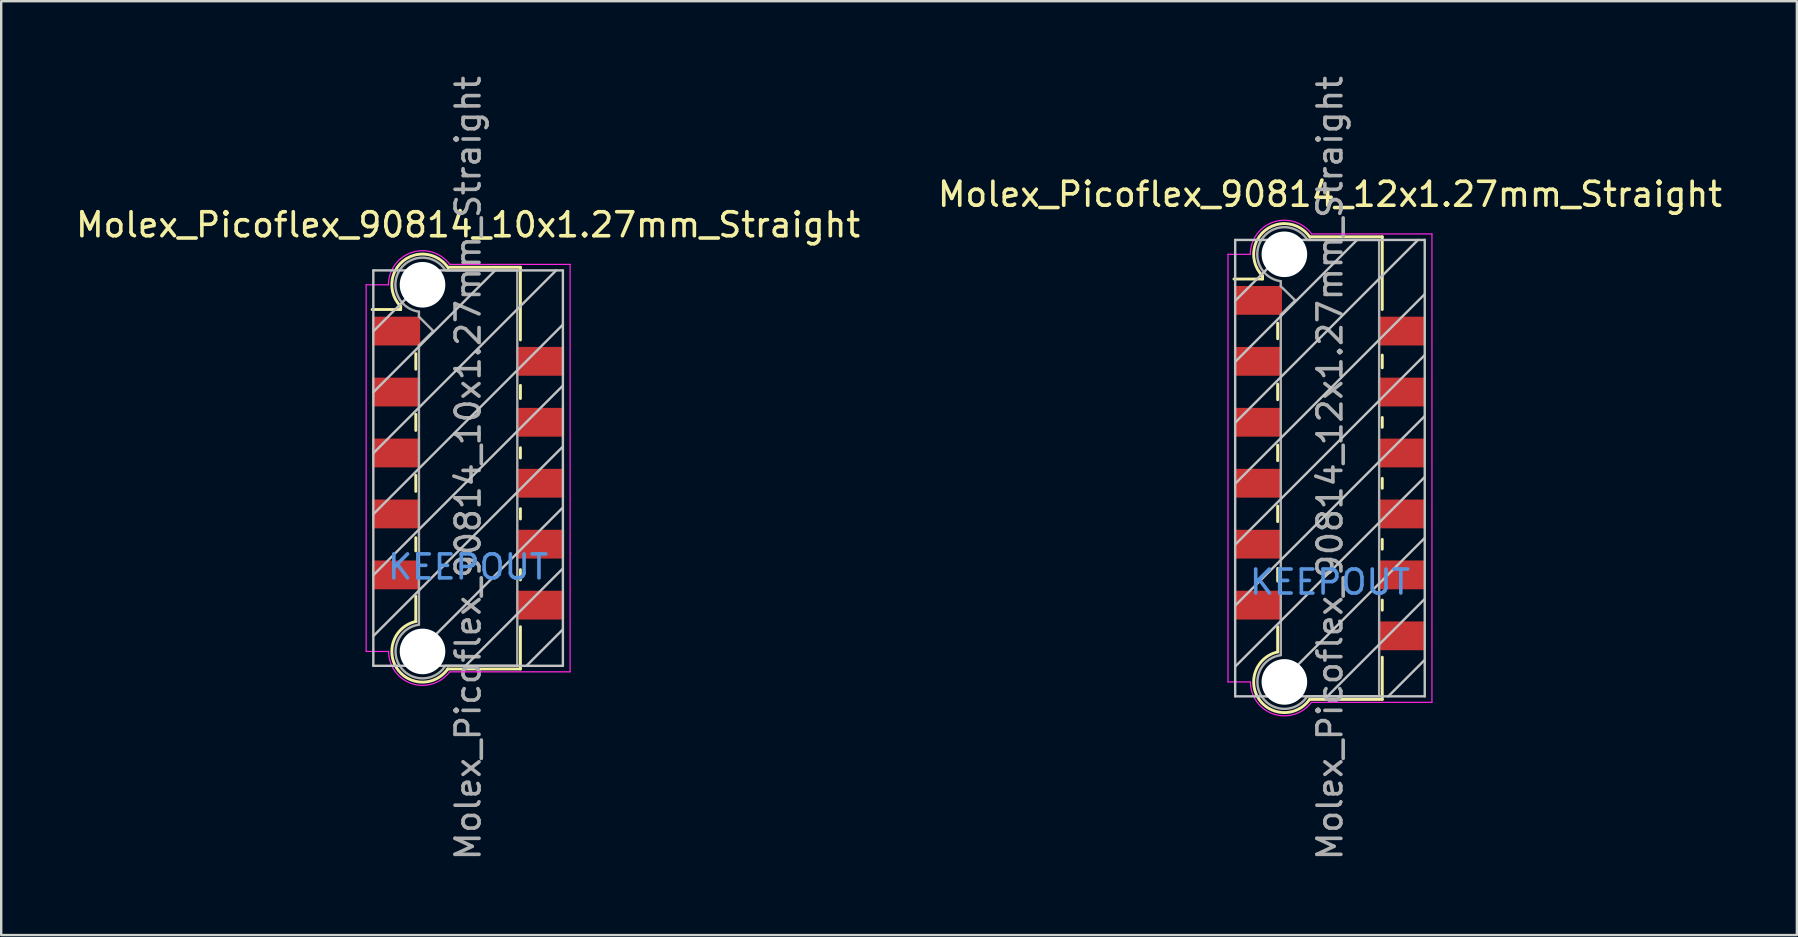
<source format=kicad_pcb>
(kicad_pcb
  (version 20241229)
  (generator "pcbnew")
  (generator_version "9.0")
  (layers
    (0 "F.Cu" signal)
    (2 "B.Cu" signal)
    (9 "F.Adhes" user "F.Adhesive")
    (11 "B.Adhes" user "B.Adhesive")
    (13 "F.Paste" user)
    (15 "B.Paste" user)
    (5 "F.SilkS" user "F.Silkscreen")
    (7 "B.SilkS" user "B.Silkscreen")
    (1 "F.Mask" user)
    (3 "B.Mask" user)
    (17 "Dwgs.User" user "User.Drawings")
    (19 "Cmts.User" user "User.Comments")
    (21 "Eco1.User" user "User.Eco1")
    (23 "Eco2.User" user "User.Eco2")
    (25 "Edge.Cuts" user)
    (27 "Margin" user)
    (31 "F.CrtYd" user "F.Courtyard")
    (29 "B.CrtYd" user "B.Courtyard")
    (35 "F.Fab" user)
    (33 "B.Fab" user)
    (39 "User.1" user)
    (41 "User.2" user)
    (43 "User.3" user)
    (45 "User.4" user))
  (footprint "Molex_Picoflex_90814_12x1.27mm_Straight"
    (layer "F.Cu")
    (at 52.375 16.458)
    (property "Reference" "Molex_Picoflex_90814_12x1.27mm_Straight" (at 0 -11.41 0) (layer "F.SilkS") (effects (font (size 1 1) (thickness 0.15))))
    (attr smd)
    (fp_line (start -2.81 -8.01) (end -2.81 -7.88) (stroke (width 0.12) (type solid)) (layer "F.SilkS"))
    (fp_line (start -2.81 -7.88) (end -4 -7.88) (stroke (width 0.12) (type solid)) (layer "F.SilkS"))
    (fp_line (start -2.18 -5.39) (end -2.18 -6.04) (stroke (width 0.12) (type solid)) (layer "F.SilkS"))
    (fp_line (start -2.18 -2.85) (end -2.18 -3.5) (stroke (width 0.12) (type solid)) (layer "F.SilkS"))
    (fp_line (start -2.18 -0.31) (end -2.18 -0.96) (stroke (width 0.12) (type solid)) (layer "F.SilkS"))
    (fp_line (start -2.18 2.23) (end -2.18 1.58) (stroke (width 0.12) (type solid)) (layer "F.SilkS"))
    (fp_line (start -2.18 4.71) (end -2.18 4.18) (stroke (width 0.12) (type solid)) (layer "F.SilkS"))
    (fp_line (start -2.18 7.66) (end -2.18 6.61) (stroke (width 0.12) (type solid)) (layer "F.SilkS"))
    (fp_line (start 2.18 -9.64) (end -0.82 -9.64) (stroke (width 0.12) (type solid)) (layer "F.SilkS"))
    (fp_line (start 2.18 -9.64) (end 2.18 -6.61) (stroke (width 0.12) (type solid)) (layer "F.SilkS"))
    (fp_line (start 2.18 -4.71) (end 2.18 -4.18) (stroke (width 0.12) (type solid)) (layer "F.SilkS"))
    (fp_line (start 2.18 -2.11) (end 2.18 -1.7) (stroke (width 0.12) (type solid)) (layer "F.SilkS"))
    (fp_line (start 2.18 0.43) (end 2.18 0.84) (stroke (width 0.12) (type solid)) (layer "F.SilkS"))
    (fp_line (start 2.18 2.97) (end 2.18 3.38) (stroke (width 0.12) (type solid)) (layer "F.SilkS"))
    (fp_line (start 2.18 5.5) (end 2.18 5.92) (stroke (width 0.12) (type solid)) (layer "F.SilkS"))
    (fp_line (start 2.18 7.88) (end 2.18 9.64) (stroke (width 0.12) (type solid)) (layer "F.SilkS"))
    (fp_line (start 2.18 9.64) (end -0.85 9.64) (stroke (width 0.12) (type solid)) (layer "F.SilkS"))
    (fp_arc (start -2.81 -8.01) (mid -2.708637 -9.902072) (end -0.834991 -9.619828) (stroke (width 0.12) (type solid)) (layer "F.SilkS"))
    (fp_arc (start -0.85 9.64) (mid -2.962791 9.621248) (end -2.174424 7.660964) (stroke (width 0.12) (type solid)) (layer "F.SilkS"))
    (fp_line (start -3.95 -9.51) (end -3.95 9.51) (stroke (width 0.1) (type solid)) (layer "Dwgs.User"))
    (fp_line (start -3.95 -6.97) (end -1.41 -9.51) (stroke (width 0.1) (type solid)) (layer "Dwgs.User"))
    (fp_line (start -3.95 -4.43) (end 1.13 -9.51) (stroke (width 0.1) (type solid)) (layer "Dwgs.User"))
    (fp_line (start -3.95 -1.89) (end 3.67 -9.51) (stroke (width 0.1) (type solid)) (layer "Dwgs.User"))
    (fp_line (start -3.95 0.65) (end 3.95 -7.25) (stroke (width 0.1) (type solid)) (layer "Dwgs.User"))
    (fp_line (start -3.95 3.19) (end 3.95 -4.71) (stroke (width 0.1) (type solid)) (layer "Dwgs.User"))
    (fp_line (start -3.95 5.73) (end 3.95 -2.17) (stroke (width 0.1) (type solid)) (layer "Dwgs.User"))
    (fp_line (start -3.95 8.27) (end 3.95 0.37) (stroke (width 0.1) (type solid)) (layer "Dwgs.User"))
    (fp_line (start -3.95 9.51) (end 3.95 9.51) (stroke (width 0.1) (type solid)) (layer "Dwgs.User"))
    (fp_line (start -2.65 9.51) (end 3.95 2.91) (stroke (width 0.1) (type solid)) (layer "Dwgs.User"))
    (fp_line (start -0.11 9.51) (end 3.95 5.45) (stroke (width 0.1) (type solid)) (layer "Dwgs.User"))
    (fp_line (start 2.43 9.51) (end 3.95 7.99) (stroke (width 0.1) (type solid)) (layer "Dwgs.User"))
    (fp_line (start 3.95 -9.51) (end -3.95 -9.51) (stroke (width 0.1) (type solid)) (layer "Dwgs.User"))
    (fp_line (start 3.95 9.51) (end 3.95 -9.51) (stroke (width 0.1) (type solid)) (layer "Dwgs.User"))
    (fp_line (start -4.25 8.91) (end -4.25 -8.91) (stroke (width 0.05) (type solid)) (layer "F.CrtYd"))
    (fp_line (start -3.32 -8.91) (end -4.25 -8.91) (stroke (width 0.05) (type solid)) (layer "F.CrtYd"))
    (fp_line (start -3.32 8.91) (end -4.25 8.91) (stroke (width 0.05) (type solid)) (layer "F.CrtYd"))
    (fp_line (start 4.25 -9.76) (end -0.76 -9.76) (stroke (width 0.05) (type solid)) (layer "F.CrtYd"))
    (fp_line (start 4.25 -9.76) (end 4.25 9.76) (stroke (width 0.05) (type solid)) (layer "F.CrtYd"))
    (fp_line (start 4.25 9.76) (end -0.77 9.76) (stroke (width 0.05) (type solid)) (layer "F.CrtYd"))
    (fp_arc (start -3.32 -8.91) (mid -2.344692 -10.258573) (end -0.758523 -9.754648) (stroke (width 0.05) (type solid)) (layer "F.CrtYd"))
    (fp_arc (start -0.77 9.76) (mid -2.348691 10.250924) (end -3.314001 8.908743) (stroke (width 0.05) (type solid)) (layer "F.CrtYd"))
    (fp_line (start -2.05 -7.58) (end -2.05 -7.79) (stroke (width 0.1) (type solid)) (layer "F.Fab"))
    (fp_line (start -2.05 -6.39) (end -1.45 -6.99) (stroke (width 0.1) (type solid)) (layer "F.Fab"))
    (fp_line (start -2.05 7.79) (end -2.05 -6.39) (stroke (width 0.1) (type solid)) (layer "F.Fab"))
    (fp_line (start -1.45 -6.99) (end -2.05 -7.58) (stroke (width 0.1) (type solid)) (layer "F.Fab"))
    (fp_line (start 2.05 -9.51) (end -0.93 -9.51) (stroke (width 0.1) (type solid)) (layer "F.Fab"))
    (fp_line (start 2.05 -9.51) (end 2.05 9.51) (stroke (width 0.1) (type solid)) (layer "F.Fab"))
    (fp_line (start 2.05 9.51) (end -0.95 9.51) (stroke (width 0.1) (type solid)) (layer "F.Fab"))
    (fp_arc (start -2.05 -7.79) (mid -2.851672 -9.519279) (end -0.945612 -9.515015) (stroke (width 0.1) (type solid)) (layer "F.Fab"))
    (fp_arc (start -0.95 9.51) (mid -2.845272 9.517422) (end -2.051022 7.796585) (stroke (width 0.1) (type solid)) (layer "F.Fab"))
    (fp_text user "KEEPOUT" (at 0 4.75 0) (layer "Cmts.User") (effects (font (size 1 1) (thickness 0.15))))
    (fp_text user "${REFERENCE}" (at 0 0 90) (layer "F.Fab") (effects (font (size 1 1) (thickness 0.15))))
    (pad "" np_thru_hole circle (at -1.9 -8.91) (size 1.9 1.9) (drill 1.9) (layers "*.Cu"))
    (pad "" np_thru_hole circle (at -1.9 8.91) (size 1.9 1.9) (drill 1.9) (layers "*.Cu"))
    (pad "1" smd rect (at -3 -6.99) (size 2 1.2) (layers "F.Cu" "F.Mask" "F.Paste"))
    (pad "2" smd rect (at 3 -5.71) (size 2 1.2) (layers "F.Cu" "F.Mask" "F.Paste"))
    (pad "3" smd rect (at -3 -4.45) (size 2 1.2) (layers "F.Cu" "F.Mask" "F.Paste"))
    (pad "4" smd rect (at 3 -3.17) (size 2 1.2) (layers "F.Cu" "F.Mask" "F.Paste"))
    (pad "5" smd rect (at -3 -1.91) (size 2 1.2) (layers "F.Cu" "F.Mask" "F.Paste"))
    (pad "6" smd rect (at 3 -0.63) (size 2 1.2) (layers "F.Cu" "F.Mask" "F.Paste"))
    (pad "7" smd rect (at -3 0.63) (size 2 1.2) (layers "F.Cu" "F.Mask" "F.Paste"))
    (pad "8" smd rect (at 3 1.91) (size 2 1.2) (layers "F.Cu" "F.Mask" "F.Paste"))
    (pad "9" smd rect (at -3 3.17) (size 2 1.2) (layers "F.Cu" "F.Mask" "F.Paste"))
    (pad "10" smd rect (at 3 4.45) (size 2 1.2) (layers "F.Cu" "F.Mask" "F.Paste"))
    (pad "11" smd rect (at -3 5.71) (size 2 1.2) (layers "F.Cu" "F.Mask" "F.Paste"))
    (pad "12" smd rect (at 3 6.99) (size 2 1.2) (layers "F.Cu" "F.Mask" "F.Paste")))
  (footprint "Molex_Picoflex_90814_10x1.27mm_Straight"
    (layer "F.Cu")
    (at 16.458 16.458)
    (property "Reference" "Molex_Picoflex_90814_10x1.27mm_Straight" (at 0 -10.14 0) (layer "F.SilkS") (effects (font (size 1 1) (thickness 0.15))))
    (attr smd)
    (fp_line (start -2.81 -6.74) (end -2.81 -6.61) (stroke (width 0.12) (type solid)) (layer "F.SilkS"))
    (fp_line (start -2.81 -6.61) (end -4 -6.61) (stroke (width 0.12) (type solid)) (layer "F.SilkS"))
    (fp_line (start -2.18 -4.12) (end -2.18 -4.77) (stroke (width 0.12) (type solid)) (layer "F.SilkS"))
    (fp_line (start -2.18 -1.57) (end -2.18 -2.24) (stroke (width 0.12) (type solid)) (layer "F.SilkS"))
    (fp_line (start -2.18 0.97) (end -2.18 0.3) (stroke (width 0.12) (type solid)) (layer "F.SilkS"))
    (fp_line (start -2.18 3.45) (end -2.18 2.9) (stroke (width 0.12) (type solid)) (layer "F.SilkS"))
    (fp_line (start -2.18 6.39) (end -2.18 5.34) (stroke (width 0.12) (type solid)) (layer "F.SilkS"))
    (fp_line (start 2.18 -8.37) (end -0.82 -8.37) (stroke (width 0.12) (type solid)) (layer "F.SilkS"))
    (fp_line (start 2.18 -8.37) (end 2.18 -5.34) (stroke (width 0.12) (type solid)) (layer "F.SilkS"))
    (fp_line (start 2.18 -3.45) (end 2.18 -2.9) (stroke (width 0.12) (type solid)) (layer "F.SilkS"))
    (fp_line (start 2.18 -0.85) (end 2.18 -0.42) (stroke (width 0.12) (type solid)) (layer "F.SilkS"))
    (fp_line (start 2.18 1.69) (end 2.18 2.12) (stroke (width 0.12) (type solid)) (layer "F.SilkS"))
    (fp_line (start 2.18 4.23) (end 2.18 4.66) (stroke (width 0.12) (type solid)) (layer "F.SilkS"))
    (fp_line (start 2.18 6.61) (end 2.18 8.37) (stroke (width 0.12) (type solid)) (layer "F.SilkS"))
    (fp_line (start 2.18 8.37) (end -0.85 8.37) (stroke (width 0.12) (type solid)) (layer "F.SilkS"))
    (fp_arc (start -2.81 -6.74) (mid -2.708637 -8.632072) (end -0.834991 -8.349828) (stroke (width 0.12) (type solid)) (layer "F.SilkS"))
    (fp_arc (start -0.85 8.37) (mid -2.962791 8.351248) (end -2.174424 6.390964) (stroke (width 0.12) (type solid)) (layer "F.SilkS"))
    (fp_line (start -3.95 -8.24) (end -3.95 8.24) (stroke (width 0.1) (type solid)) (layer "Dwgs.User"))
    (fp_line (start -3.95 -5.7) (end -1.41 -8.24) (stroke (width 0.1) (type solid)) (layer "Dwgs.User"))
    (fp_line (start -3.95 -3.16) (end 1.13 -8.24) (stroke (width 0.1) (type solid)) (layer "Dwgs.User"))
    (fp_line (start -3.95 -0.62) (end 3.67 -8.24) (stroke (width 0.1) (type solid)) (layer "Dwgs.User"))
    (fp_line (start -3.95 1.92) (end 3.95 -5.98) (stroke (width 0.1) (type solid)) (layer "Dwgs.User"))
    (fp_line (start -3.95 4.46) (end 3.95 -3.44) (stroke (width 0.1) (type solid)) (layer "Dwgs.User"))
    (fp_line (start -3.95 7) (end 3.95 -0.9) (stroke (width 0.1) (type solid)) (layer "Dwgs.User"))
    (fp_line (start -3.95 8.24) (end 3.95 8.24) (stroke (width 0.1) (type solid)) (layer "Dwgs.User"))
    (fp_line (start -2.65 8.24) (end 3.95 1.64) (stroke (width 0.1) (type solid)) (layer "Dwgs.User"))
    (fp_line (start -0.11 8.24) (end 3.95 4.18) (stroke (width 0.1) (type solid)) (layer "Dwgs.User"))
    (fp_line (start 2.43 8.24) (end 3.95 6.72) (stroke (width 0.1) (type solid)) (layer "Dwgs.User"))
    (fp_line (start 3.95 -8.24) (end -3.95 -8.24) (stroke (width 0.1) (type solid)) (layer "Dwgs.User"))
    (fp_line (start 3.95 8.24) (end 3.95 -8.24) (stroke (width 0.1) (type solid)) (layer "Dwgs.User"))
    (fp_line (start -4.25 7.64) (end -4.25 -7.64) (stroke (width 0.05) (type solid)) (layer "F.CrtYd"))
    (fp_line (start -3.32 -7.64) (end -4.25 -7.64) (stroke (width 0.05) (type solid)) (layer "F.CrtYd"))
    (fp_line (start -3.32 7.64) (end -4.25 7.64) (stroke (width 0.05) (type solid)) (layer "F.CrtYd"))
    (fp_line (start 4.25 -8.49) (end -0.76 -8.49) (stroke (width 0.05) (type solid)) (layer "F.CrtYd"))
    (fp_line (start 4.25 -8.49) (end 4.25 8.49) (stroke (width 0.05) (type solid)) (layer "F.CrtYd"))
    (fp_line (start 4.25 8.49) (end -0.77 8.49) (stroke (width 0.05) (type solid)) (layer "F.CrtYd"))
    (fp_arc (start -3.32 -7.64) (mid -2.344692 -8.988573) (end -0.758523 -8.484648) (stroke (width 0.05) (type solid)) (layer "F.CrtYd"))
    (fp_arc (start -0.77 8.49) (mid -2.348691 8.980924) (end -3.314001 7.638743) (stroke (width 0.05) (type solid)) (layer "F.CrtYd"))
    (fp_line (start -2.05 -6.31) (end -2.05 -6.52) (stroke (width 0.1) (type solid)) (layer "F.Fab"))
    (fp_line (start -2.05 -5.12) (end -1.45 -5.71) (stroke (width 0.1) (type solid)) (layer "F.Fab"))
    (fp_line (start -2.05 6.52) (end -2.05 -5.12) (stroke (width 0.1) (type solid)) (layer "F.Fab"))
    (fp_line (start -1.45 -5.71) (end -2.05 -6.31) (stroke (width 0.1) (type solid)) (layer "F.Fab"))
    (fp_line (start 2.05 -8.24) (end -0.93 -8.24) (stroke (width 0.1) (type solid)) (layer "F.Fab"))
    (fp_line (start 2.05 -8.24) (end 2.05 8.24) (stroke (width 0.1) (type solid)) (layer "F.Fab"))
    (fp_line (start 2.05 8.24) (end -0.95 8.24) (stroke (width 0.1) (type solid)) (layer "F.Fab"))
    (fp_arc (start -2.05 -6.52) (mid -2.851672 -8.249279) (end -0.945612 -8.245015) (stroke (width 0.1) (type solid)) (layer "F.Fab"))
    (fp_arc (start -0.95 8.24) (mid -2.845272 8.247422) (end -2.051022 6.526585) (stroke (width 0.1) (type solid)) (layer "F.Fab"))
    (fp_text user "KEEPOUT" (at 0 4.12 0) (layer "Cmts.User") (effects (font (size 1 1) (thickness 0.15))))
    (fp_text user "${REFERENCE}" (at 0 0 90) (layer "F.Fab") (effects (font (size 1 1) (thickness 0.15))))
    (pad "" np_thru_hole circle (at -1.9 -7.64) (size 1.9 1.9) (drill 1.9) (layers "*.Cu"))
    (pad "" np_thru_hole circle (at -1.9 7.64) (size 1.9 1.9) (drill 1.9) (layers "*.Cu"))
    (pad "1" smd rect (at -3 -5.71) (size 2 1.2) (layers "F.Cu" "F.Mask" "F.Paste"))
    (pad "2" smd rect (at 3 -4.45) (size 2 1.2) (layers "F.Cu" "F.Mask" "F.Paste"))
    (pad "3" smd rect (at -3 -3.17) (size 2 1.2) (layers "F.Cu" "F.Mask" "F.Paste"))
    (pad "4" smd rect (at 3 -1.91) (size 2 1.2) (layers "F.Cu" "F.Mask" "F.Paste"))
    (pad "5" smd rect (at -3 -0.63) (size 2 1.2) (layers "F.Cu" "F.Mask" "F.Paste"))
    (pad "6" smd rect (at 3 0.63) (size 2 1.2) (layers "F.Cu" "F.Mask" "F.Paste"))
    (pad "7" smd rect (at -3 1.91) (size 2 1.2) (layers "F.Cu" "F.Mask" "F.Paste"))
    (pad "8" smd rect (at 3 3.17) (size 2 1.2) (layers "F.Cu" "F.Mask" "F.Paste"))
    (pad "9" smd rect (at -3 4.45) (size 2 1.2) (layers "F.Cu" "F.Mask" "F.Paste"))
    (pad "10" smd rect (at 3 5.71) (size 2 1.2) (layers "F.Cu" "F.Mask" "F.Paste")))
  (gr_rect
    (start -3 -3)
    (end 71.833 35.917)
    (stroke (width 0.1) (type default))
    (fill no)
    (layer "Edge.Cuts")))
</source>
